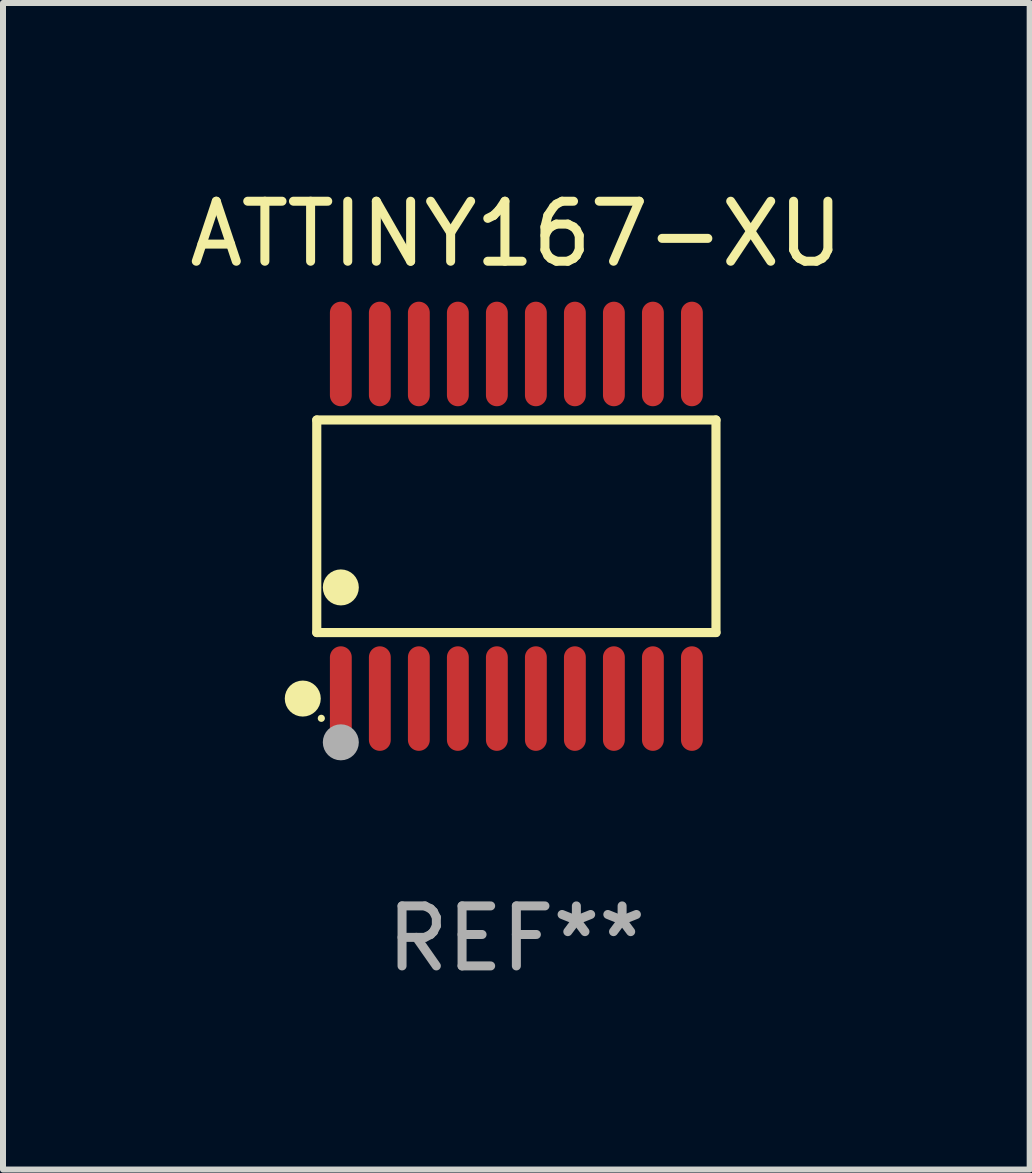
<source format=kicad_pcb>
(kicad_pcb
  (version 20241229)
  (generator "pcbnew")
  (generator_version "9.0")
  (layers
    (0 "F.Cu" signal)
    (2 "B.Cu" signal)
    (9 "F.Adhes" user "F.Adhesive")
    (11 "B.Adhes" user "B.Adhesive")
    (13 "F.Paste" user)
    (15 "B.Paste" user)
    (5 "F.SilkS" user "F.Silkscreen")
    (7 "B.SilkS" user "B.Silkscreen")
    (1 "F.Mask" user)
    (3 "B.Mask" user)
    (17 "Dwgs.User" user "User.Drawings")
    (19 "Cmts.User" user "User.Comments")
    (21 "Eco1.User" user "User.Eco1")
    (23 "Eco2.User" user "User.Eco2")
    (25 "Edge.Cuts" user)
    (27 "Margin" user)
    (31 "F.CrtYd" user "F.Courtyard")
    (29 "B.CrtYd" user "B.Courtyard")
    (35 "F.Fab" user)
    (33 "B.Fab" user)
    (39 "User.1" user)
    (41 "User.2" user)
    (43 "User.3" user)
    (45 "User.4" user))
  (footprint "ATTINY167-XU"
    (layer "F.Cu")
    (at 5.554 5.719)
    (property "Reference" "ATTINY167-XU" (at 0 -4.871 0) (layer "F.SilkS") (effects (font (size 1 1) (thickness 0.15))))
    (attr through_hole)
    (fp_line (start -3.326 -1.771) (end 3.326 -1.771) (stroke (width 0.152) (type solid)) (layer "F.SilkS"))
    (fp_line (start -3.326 1.771) (end -3.326 -1.771) (stroke (width 0.152) (type solid)) (layer "F.SilkS"))
    (fp_line (start 3.326 -1.771) (end 3.326 1.771) (stroke (width 0.152) (type solid)) (layer "F.SilkS"))
    (fp_line (start 3.326 1.771) (end -3.326 1.771) (stroke (width 0.152) (type solid)) (layer "F.SilkS"))
    (fp_circle (center -3.559 2.871) (end -3.409 2.871) (stroke (width 0.3) (type solid)) (fill no) (layer "F.SilkS"))
    (fp_circle (center -3.25 3.2) (end -3.22 3.2) (stroke (width 0.06) (type solid)) (fill no) (layer "F.SilkS"))
    (fp_circle (center -2.925 1.019) (end -2.775 1.019) (stroke (width 0.3) (type solid)) (fill no) (layer "F.SilkS"))
    (fp_circle (center -2.925 3.6) (end -2.775 3.6) (stroke (width 0.3) (type solid)) (fill no) (layer "F.Fab"))
    (fp_text user "REF**" (at 0 6.871 0) (layer "F.Fab") (effects (font (size 1 1) (thickness 0.15))))
    (pad "1" smd oval (at -2.925 2.871) (size 0.364 1.742) (layers "F.Cu" "F.Mask" "F.Paste"))
    (pad "2" smd oval (at -2.275 2.871) (size 0.364 1.742) (layers "F.Cu" "F.Mask" "F.Paste"))
    (pad "3" smd oval (at -1.625 2.871) (size 0.364 1.742) (layers "F.Cu" "F.Mask" "F.Paste"))
    (pad "4" smd oval (at -0.975 2.871) (size 0.364 1.742) (layers "F.Cu" "F.Mask" "F.Paste"))
    (pad "5" smd oval (at -0.325 2.871) (size 0.364 1.742) (layers "F.Cu" "F.Mask" "F.Paste"))
    (pad "6" smd oval (at 0.325 2.871) (size 0.364 1.742) (layers "F.Cu" "F.Mask" "F.Paste"))
    (pad "7" smd oval (at 0.975 2.871) (size 0.364 1.742) (layers "F.Cu" "F.Mask" "F.Paste"))
    (pad "8" smd oval (at 1.625 2.871) (size 0.364 1.742) (layers "F.Cu" "F.Mask" "F.Paste"))
    (pad "9" smd oval (at 2.275 2.871) (size 0.364 1.742) (layers "F.Cu" "F.Mask" "F.Paste"))
    (pad "10" smd oval (at 2.925 2.871) (size 0.364 1.742) (layers "F.Cu" "F.Mask" "F.Paste"))
    (pad "11" smd oval (at 2.925 -2.871) (size 0.364 1.742) (layers "F.Cu" "F.Mask" "F.Paste"))
    (pad "12" smd oval (at 2.275 -2.871) (size 0.364 1.742) (layers "F.Cu" "F.Mask" "F.Paste"))
    (pad "13" smd oval (at 1.625 -2.871) (size 0.364 1.742) (layers "F.Cu" "F.Mask" "F.Paste"))
    (pad "14" smd oval (at 0.975 -2.871) (size 0.364 1.742) (layers "F.Cu" "F.Mask" "F.Paste"))
    (pad "15" smd oval (at 0.325 -2.871) (size 0.364 1.742) (layers "F.Cu" "F.Mask" "F.Paste"))
    (pad "16" smd oval (at -0.325 -2.871) (size 0.364 1.742) (layers "F.Cu" "F.Mask" "F.Paste"))
    (pad "17" smd oval (at -0.975 -2.871) (size 0.364 1.742) (layers "F.Cu" "F.Mask" "F.Paste"))
    (pad "18" smd oval (at -1.625 -2.871) (size 0.364 1.742) (layers "F.Cu" "F.Mask" "F.Paste"))
    (pad "19" smd oval (at -2.275 -2.871) (size 0.364 1.742) (layers "F.Cu" "F.Mask" "F.Paste"))
    (pad "20" smd oval (at -2.925 -2.871) (size 0.364 1.742) (layers "F.Cu" "F.Mask" "F.Paste")))
  (gr_rect
    (start -3 -3)
    (end 14.107 16.438)
    (stroke (width 0.1) (type default))
    (fill no)
    (layer "Edge.Cuts")))
</source>
